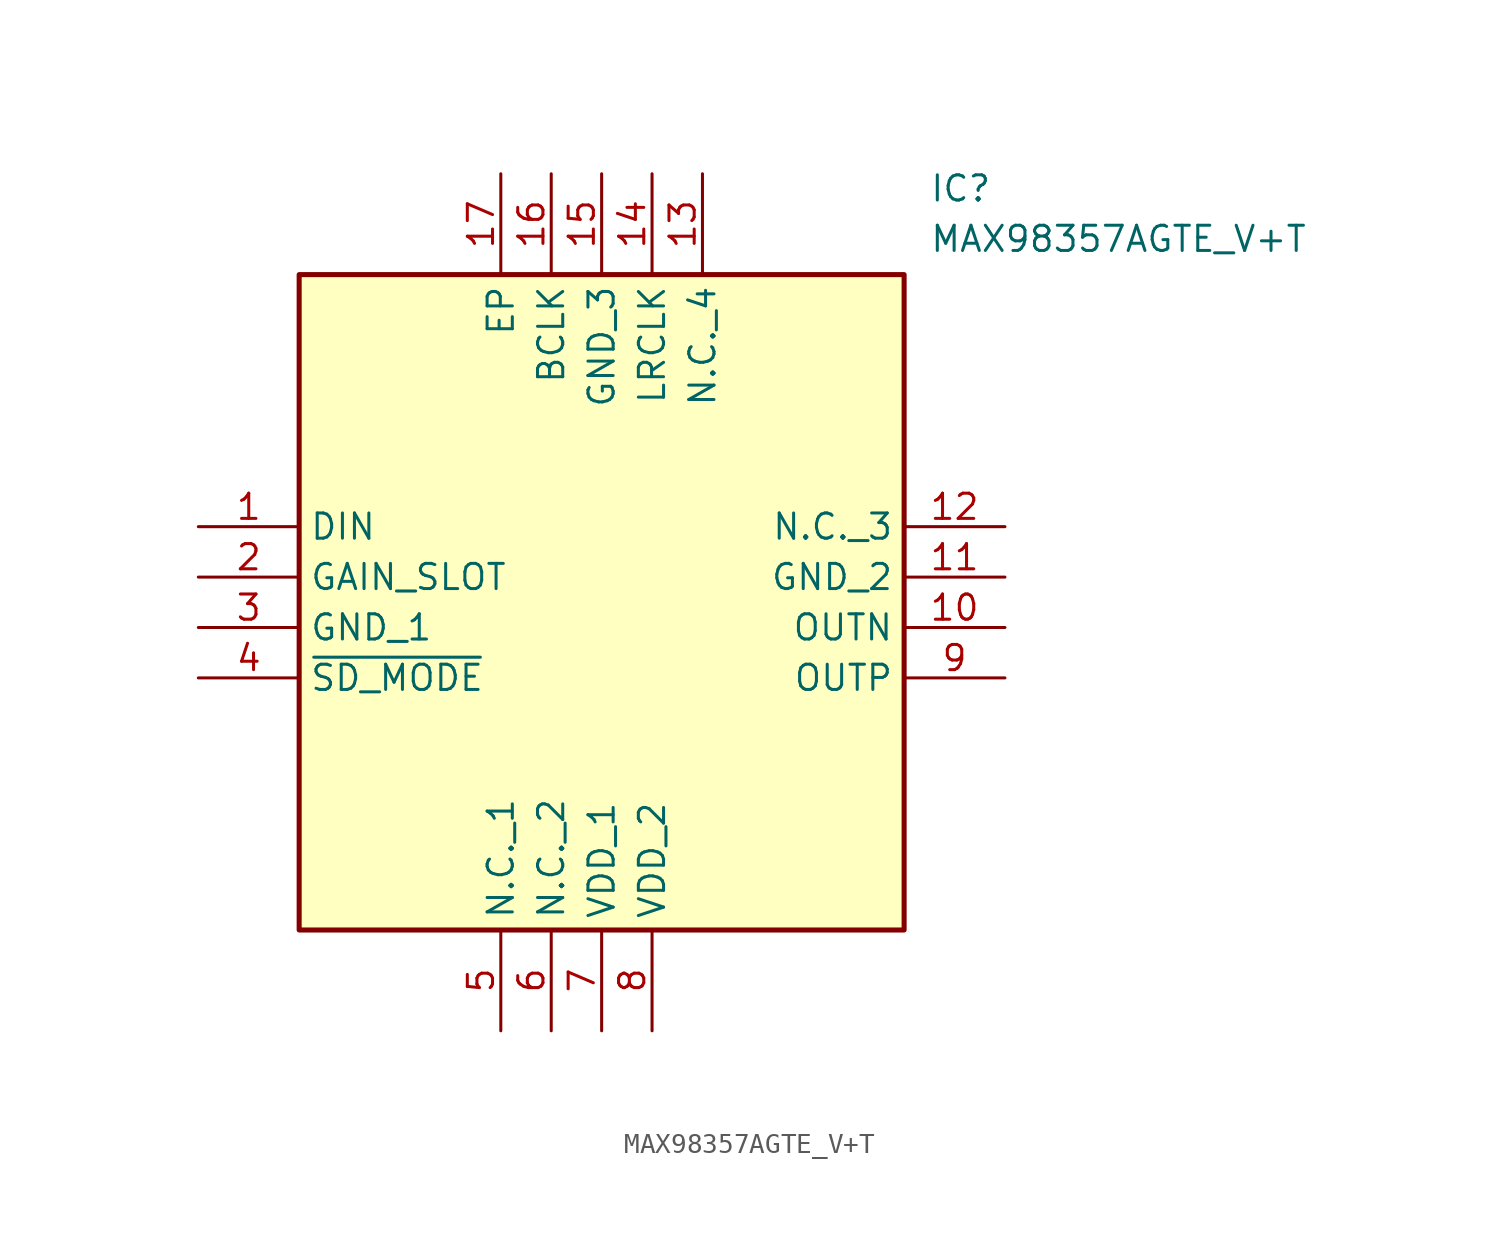
<source format=kicad_sym>
(kicad_symbol_lib
  (version 20211014)
  (generator SamacSys_ECAD_Model)
  (symbol "MAX98357AGTE_V+T"
    (property "Reference" "IC"
      (at 36.83 17.78 0)
      (effects (font (size 1.27 1.27)) (justify left top)))
    (property "Value" "MAX98357AGTE_V+T"
      (at 36.83 15.24 0)
      (effects (font (size 1.27 1.27)) (justify left top)))
    (rectangle
      (start 5.08 12.7)
      (end 35.56 -20.32)
      (stroke (width 0.254) (type default))
      (fill (type background)))
    (pin passive line
      (at 0 0 0)
      (length 5.08)
      (name "DIN" (effects (font (size 1.27 1.27))))
      (number "1" (effects (font (size 1.27 1.27)))))
    (pin passive line
      (at 0 -2.54 0)
      (length 5.08)
      (name "GAIN_SLOT" (effects (font (size 1.27 1.27))))
      (number "2" (effects (font (size 1.27 1.27)))))
    (pin passive line
      (at 0 -5.08 0)
      (length 5.08)
      (name "GND_1" (effects (font (size 1.27 1.27))))
      (number "3" (effects (font (size 1.27 1.27)))))
    (pin passive line
      (at 0 -7.62 0)
      (length 5.08)
      (name "~{SD_MODE}" (effects (font (size 1.27 1.27))))
      (number "4" (effects (font (size 1.27 1.27)))))
    (pin passive line
      (at 15.24 -25.4 90)
      (length 5.08)
      (name "N.C._1" (effects (font (size 1.27 1.27))))
      (number "5" (effects (font (size 1.27 1.27)))))
    (pin passive line
      (at 17.78 -25.4 90)
      (length 5.08)
      (name "N.C._2" (effects (font (size 1.27 1.27))))
      (number "6" (effects (font (size 1.27 1.27)))))
    (pin passive line
      (at 20.32 -25.4 90)
      (length 5.08)
      (name "VDD_1" (effects (font (size 1.27 1.27))))
      (number "7" (effects (font (size 1.27 1.27)))))
    (pin passive line
      (at 22.86 -25.4 90)
      (length 5.08)
      (name "VDD_2" (effects (font (size 1.27 1.27))))
      (number "8" (effects (font (size 1.27 1.27)))))
    (pin passive line
      (at 40.64 0 180)
      (length 5.08)
      (name "N.C._3" (effects (font (size 1.27 1.27))))
      (number "12" (effects (font (size 1.27 1.27)))))
    (pin passive line
      (at 40.64 -2.54 180)
      (length 5.08)
      (name "GND_2" (effects (font (size 1.27 1.27))))
      (number "11" (effects (font (size 1.27 1.27)))))
    (pin passive line
      (at 40.64 -5.08 180)
      (length 5.08)
      (name "OUTN" (effects (font (size 1.27 1.27))))
      (number "10" (effects (font (size 1.27 1.27)))))
    (pin passive line
      (at 40.64 -7.62 180)
      (length 5.08)
      (name "OUTP" (effects (font (size 1.27 1.27))))
      (number "9" (effects (font (size 1.27 1.27)))))
    (pin passive line
      (at 15.24 17.78 270)
      (length 5.08)
      (name "EP" (effects (font (size 1.27 1.27))))
      (number "17" (effects (font (size 1.27 1.27)))))
    (pin passive line
      (at 17.78 17.78 270)
      (length 5.08)
      (name "BCLK" (effects (font (size 1.27 1.27))))
      (number "16" (effects (font (size 1.27 1.27)))))
    (pin passive line
      (at 20.32 17.78 270)
      (length 5.08)
      (name "GND_3" (effects (font (size 1.27 1.27))))
      (number "15" (effects (font (size 1.27 1.27)))))
    (pin passive line
      (at 22.86 17.78 270)
      (length 5.08)
      (name "LRCLK" (effects (font (size 1.27 1.27))))
      (number "14" (effects (font (size 1.27 1.27)))))
    (pin passive line
      (at 25.4 17.78 270)
      (length 5.08)
      (name "N.C._4" (effects (font (size 1.27 1.27))))
      (number "13" (effects (font (size 1.27 1.27)))))))
</source>
